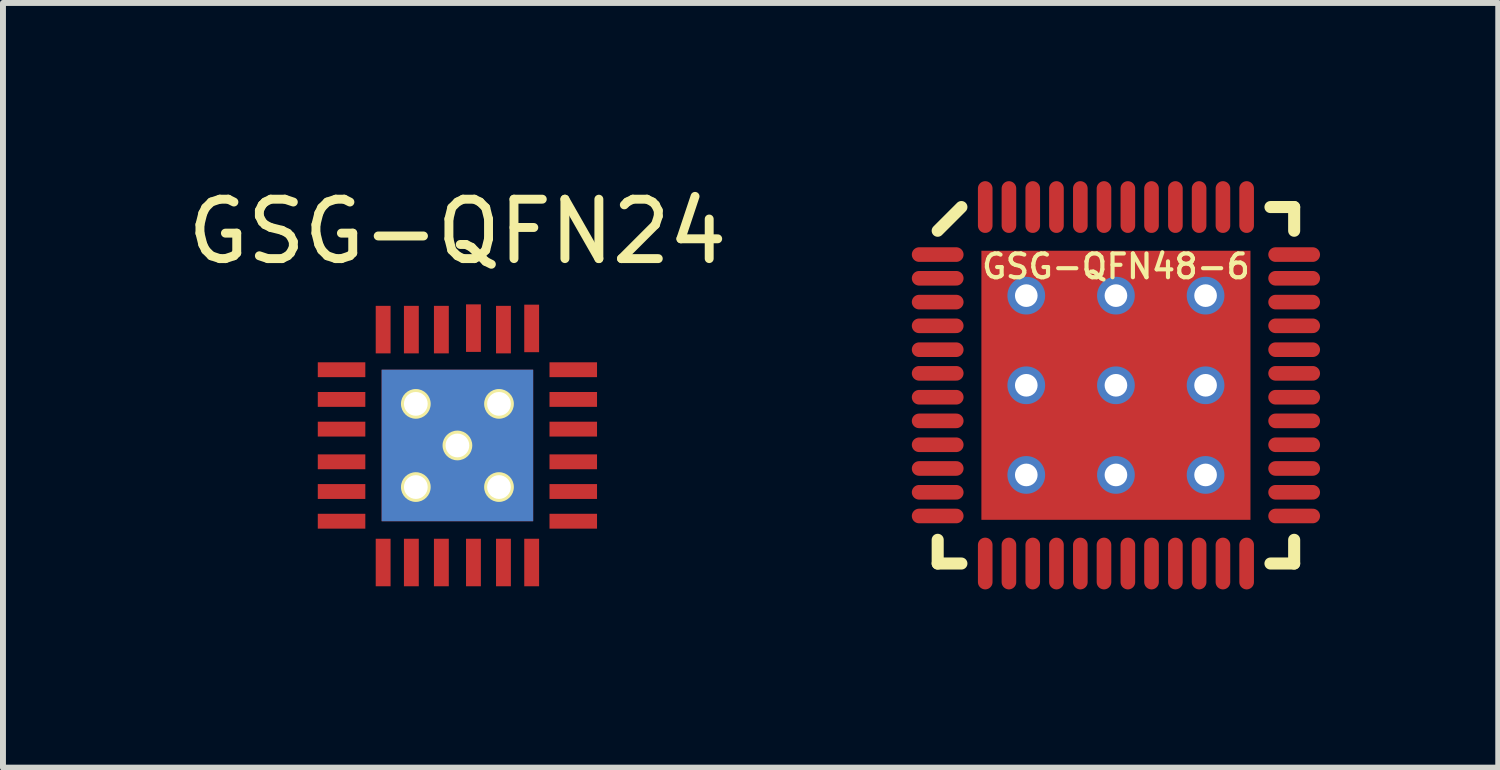
<source format=kicad_pcb>
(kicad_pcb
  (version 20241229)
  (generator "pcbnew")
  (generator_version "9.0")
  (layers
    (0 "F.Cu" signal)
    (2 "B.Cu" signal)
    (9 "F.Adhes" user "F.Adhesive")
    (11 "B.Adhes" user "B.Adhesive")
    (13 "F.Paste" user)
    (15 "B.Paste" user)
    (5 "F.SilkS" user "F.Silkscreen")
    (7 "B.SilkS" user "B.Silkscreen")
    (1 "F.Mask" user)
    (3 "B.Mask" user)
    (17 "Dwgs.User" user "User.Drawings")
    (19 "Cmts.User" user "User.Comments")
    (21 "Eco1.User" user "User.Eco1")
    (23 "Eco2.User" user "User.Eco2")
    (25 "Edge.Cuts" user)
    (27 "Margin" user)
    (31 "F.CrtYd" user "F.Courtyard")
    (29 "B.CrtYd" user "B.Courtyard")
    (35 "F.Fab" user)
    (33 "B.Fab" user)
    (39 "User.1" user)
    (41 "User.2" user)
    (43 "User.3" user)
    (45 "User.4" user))
  (footprint "GSG-QFN24"
    (layer "F.Cu")
    (at 4.649 4.448)
    (property "Reference" "GSG-QFN24" (at 0 -3.6 0) (layer "F.SilkS") (effects (font (size 1 1) (thickness 0.15))))
    (attr through_hole)
    (pad "0" thru_hole circle (at -0.7 -0.7) (size 0.5 0.5) (drill 0.4) (layers "*.Cu" "*.Mask" "F.SilkS"))
    (pad "0" thru_hole circle (at -0.7 0.7) (size 0.5 0.5) (drill 0.4) (layers "*.Cu" "*.Mask" "F.SilkS"))
    (pad "0" thru_hole circle (at 0 0) (size 0.5 0.5) (drill 0.4) (layers "*.Cu" "*.Mask" "F.SilkS"))
    (pad "0" smd rect (at 0 0) (size 2.55 2.55) (layers "F.Cu" "F.Mask" "F.Paste"))
    (pad "0" smd rect (at 0 0) (size 2.55 2.55) (layers "B.Cu" "B.Mask" "B.Paste"))
    (pad "0" thru_hole circle (at 0.7 -0.7) (size 0.5 0.5) (drill 0.4) (layers "*.Cu" "*.Mask" "F.SilkS"))
    (pad "0" thru_hole circle (at 0.7 0.7) (size 0.5 0.5) (drill 0.4) (layers "*.Cu" "*.Mask" "F.SilkS"))
    (pad "1" smd rect (at -1.95 -1.275) (size 0.8 0.25) (layers "F.Cu" "F.Mask" "F.Paste"))
    (pad "2" smd rect (at -1.95 -0.775) (size 0.8 0.25) (layers "F.Cu" "F.Mask" "F.Paste"))
    (pad "3" smd rect (at -1.95 -0.275) (size 0.8 0.25) (layers "F.Cu" "F.Mask" "F.Paste"))
    (pad "4" smd rect (at -1.95 0.275) (size 0.8 0.25) (layers "F.Cu" "F.Mask" "F.Paste"))
    (pad "5" smd rect (at -1.95 0.775) (size 0.8 0.25) (layers "F.Cu" "F.Mask" "F.Paste"))
    (pad "6" smd rect (at -1.95 1.275) (size 0.8 0.25) (layers "F.Cu" "F.Mask" "F.Paste"))
    (pad "7" smd rect (at -1.25 1.97) (size 0.25 0.8) (layers "F.Cu" "F.Mask" "F.Paste"))
    (pad "8" smd rect (at -0.775 1.97) (size 0.25 0.8) (layers "F.Cu" "F.Mask" "F.Paste"))
    (pad "9" smd rect (at -0.27 1.97) (size 0.25 0.8) (layers "F.Cu" "F.Mask" "F.Paste"))
    (pad "10" smd rect (at 0.27 1.97) (size 0.25 0.8) (layers "F.Cu" "F.Mask" "F.Paste"))
    (pad "11" smd rect (at 0.775 1.97) (size 0.25 0.8) (layers "F.Cu" "F.Mask" "F.Paste"))
    (pad "12" smd rect (at 1.25 1.97) (size 0.25 0.8) (layers "F.Cu" "F.Mask" "F.Paste"))
    (pad "13" smd rect (at 1.95 1.275) (size 0.8 0.25) (layers "F.Cu" "F.Mask" "F.Paste"))
    (pad "14" smd rect (at 1.95 0.775) (size 0.8 0.25) (layers "F.Cu" "F.Mask" "F.Paste"))
    (pad "15" smd rect (at 1.95 0.275) (size 0.8 0.25) (layers "F.Cu" "F.Mask" "F.Paste"))
    (pad "16" smd rect (at 1.95 -0.275) (size 0.8 0.25) (layers "F.Cu" "F.Mask" "F.Paste"))
    (pad "17" smd rect (at 1.95 -0.775) (size 0.8 0.25) (layers "F.Cu" "F.Mask" "F.Paste"))
    (pad "18" smd rect (at 1.95 -1.275) (size 0.8 0.25) (layers "F.Cu" "F.Mask" "F.Paste"))
    (pad "19" smd rect (at 1.25 -1.97) (size 0.25 0.8) (layers "F.Cu" "F.Mask" "F.Paste"))
    (pad "20" smd rect (at 0.775 -1.95) (size 0.25 0.8) (layers "F.Cu" "F.Mask" "F.Paste"))
    (pad "21" smd rect (at 0.27 -1.975) (size 0.25 0.8) (layers "F.Cu" "F.Mask" "F.Paste"))
    (pad "22" smd rect (at -0.27 -1.95) (size 0.25 0.8) (layers "F.Cu" "F.Mask" "F.Paste"))
    (pad "23" smd rect (at -0.775 -1.95) (size 0.25 0.8) (layers "F.Cu" "F.Mask" "F.Paste"))
    (pad "24" smd rect (at -1.25 -1.95) (size 0.25 0.8) (layers "F.Cu" "F.Mask" "F.Paste")))
  (footprint "GSG-QFN48-6"
    (layer "F.Cu")
    (at 15.733 3.435)
    (property "Reference" "GSG-QFN48-6" (at 0 -2 0) (layer "F.SilkS") (effects (font (size 0.4 0.4) (thickness 0.07))))
    (attr through_hole)
    (fp_line (start -3 -2.601) (end -2.601 -3) (stroke (width 0.203) (type solid)) (layer "F.SilkS"))
    (fp_line (start -3 3) (end -3 2.601) (stroke (width 0.203) (type solid)) (layer "F.SilkS"))
    (fp_line (start -2.601 3) (end -3 3) (stroke (width 0.203) (type solid)) (layer "F.SilkS"))
    (fp_line (start 2.601 -3) (end 3 -3) (stroke (width 0.203) (type solid)) (layer "F.SilkS"))
    (fp_line (start 3 -3) (end 3 -2.601) (stroke (width 0.203) (type solid)) (layer "F.SilkS"))
    (fp_line (start 3 2.601) (end 3 3) (stroke (width 0.203) (type solid)) (layer "F.SilkS"))
    (fp_line (start 3 3) (end 2.601 3) (stroke (width 0.203) (type solid)) (layer "F.SilkS"))
    (pad "" smd rect (at -1.509 -1.509) (size 1.509 1.509) (layers "F.Paste"))
    (pad "" smd rect (at -1.509 0) (size 1.509 1.509) (layers "F.Paste"))
    (pad "" smd rect (at -1.509 1.509) (size 1.509 1.509) (layers "F.Paste"))
    (pad "" smd rect (at 0 -1.509) (size 1.509 1.509) (layers "F.Paste"))
    (pad "" smd rect (at 0 0) (size 1.509 1.509) (layers "F.Paste"))
    (pad "" smd rect (at 0 1.509) (size 1.509 1.509) (layers "F.Paste"))
    (pad "" smd rect (at 1.509 -1.509) (size 1.509 1.509) (layers "F.Paste"))
    (pad "" smd rect (at 1.509 0) (size 1.509 1.509) (layers "F.Paste"))
    (pad "" smd rect (at 1.509 1.509) (size 1.509 1.509) (layers "F.Paste"))
    (pad "0" thru_hole circle (at -1.509 -1.509) (size 0.635 0.635) (drill 0.381) (layers "*.Cu" "B.Mask"))
    (pad "0" thru_hole circle (at -1.509 0) (size 0.635 0.635) (drill 0.381) (layers "*.Cu" "B.Mask"))
    (pad "0" thru_hole circle (at -1.509 1.509) (size 0.635 0.635) (drill 0.381) (layers "*.Cu" "B.Mask"))
    (pad "0" thru_hole circle (at 0 -1.509) (size 0.635 0.635) (drill 0.381) (layers "*.Cu" "B.Mask"))
    (pad "0" thru_hole circle (at 0 0) (size 0.635 0.635) (drill 0.381) (layers "*.Cu" "B.Mask"))
    (pad "0" smd rect (at 0 0) (size 4.529 4.529) (layers "F.Cu" "F.Mask"))
    (pad "0" thru_hole circle (at 0 1.509) (size 0.635 0.635) (drill 0.381) (layers "*.Cu" "B.Mask"))
    (pad "0" thru_hole circle (at 1.509 -1.509) (size 0.635 0.635) (drill 0.381) (layers "*.Cu" "B.Mask"))
    (pad "0" thru_hole circle (at 1.509 0) (size 0.635 0.635) (drill 0.381) (layers "*.Cu" "B.Mask"))
    (pad "0" thru_hole circle (at 1.509 1.509) (size 0.635 0.635) (drill 0.381) (layers "*.Cu" "B.Mask"))
    (pad "1" smd oval (at -3 -2.2) (size 0.871 0.246) (layers "F.Cu" "F.Mask" "F.Paste"))
    (pad "2" smd oval (at -3 -1.801) (size 0.871 0.246) (layers "F.Cu" "F.Mask" "F.Paste"))
    (pad "3" smd oval (at -3 -1.4) (size 0.871 0.246) (layers "F.Cu" "F.Mask" "F.Paste"))
    (pad "4" smd oval (at -3 -1.001) (size 0.871 0.246) (layers "F.Cu" "F.Mask" "F.Paste"))
    (pad "5" smd oval (at -3 -0.599) (size 0.871 0.246) (layers "F.Cu" "F.Mask" "F.Paste"))
    (pad "6" smd oval (at -3 -0.201) (size 0.871 0.246) (layers "F.Cu" "F.Mask" "F.Paste"))
    (pad "7" smd oval (at -3 0.201) (size 0.871 0.246) (layers "F.Cu" "F.Mask" "F.Paste"))
    (pad "8" smd oval (at -3 0.599) (size 0.871 0.246) (layers "F.Cu" "F.Mask" "F.Paste"))
    (pad "9" smd oval (at -3 1.001) (size 0.871 0.246) (layers "F.Cu" "F.Mask" "F.Paste"))
    (pad "10" smd oval (at -3 1.4) (size 0.871 0.246) (layers "F.Cu" "F.Mask" "F.Paste"))
    (pad "11" smd oval (at -3 1.801) (size 0.871 0.246) (layers "F.Cu" "F.Mask" "F.Paste"))
    (pad "12" smd oval (at -3 2.2) (size 0.871 0.246) (layers "F.Cu" "F.Mask" "F.Paste"))
    (pad "13" smd oval (at -2.2 3 90) (size 0.871 0.246) (layers "F.Cu" "F.Mask" "F.Paste"))
    (pad "14" smd oval (at -1.801 3 90) (size 0.871 0.246) (layers "F.Cu" "F.Mask" "F.Paste"))
    (pad "15" smd oval (at -1.4 3 90) (size 0.871 0.246) (layers "F.Cu" "F.Mask" "F.Paste"))
    (pad "16" smd oval (at -1.001 3 90) (size 0.871 0.246) (layers "F.Cu" "F.Mask" "F.Paste"))
    (pad "17" smd oval (at -0.599 3 90) (size 0.871 0.246) (layers "F.Cu" "F.Mask" "F.Paste"))
    (pad "18" smd oval (at -0.201 3 90) (size 0.871 0.246) (layers "F.Cu" "F.Mask" "F.Paste"))
    (pad "19" smd oval (at 0.201 3 90) (size 0.871 0.246) (layers "F.Cu" "F.Mask" "F.Paste"))
    (pad "20" smd oval (at 0.599 3 90) (size 0.871 0.246) (layers "F.Cu" "F.Mask" "F.Paste"))
    (pad "21" smd oval (at 1.001 3 90) (size 0.871 0.246) (layers "F.Cu" "F.Mask" "F.Paste"))
    (pad "22" smd oval (at 1.4 3 90) (size 0.871 0.246) (layers "F.Cu" "F.Mask" "F.Paste"))
    (pad "23" smd oval (at 1.801 3 90) (size 0.871 0.246) (layers "F.Cu" "F.Mask" "F.Paste"))
    (pad "24" smd oval (at 2.2 3 90) (size 0.871 0.246) (layers "F.Cu" "F.Mask" "F.Paste"))
    (pad "25" smd oval (at 3 2.2) (size 0.871 0.246) (layers "F.Cu" "F.Mask" "F.Paste"))
    (pad "26" smd oval (at 3 1.801) (size 0.871 0.246) (layers "F.Cu" "F.Mask" "F.Paste"))
    (pad "27" smd oval (at 3 1.4) (size 0.871 0.246) (layers "F.Cu" "F.Mask" "F.Paste"))
    (pad "28" smd oval (at 3 1.001) (size 0.871 0.246) (layers "F.Cu" "F.Mask" "F.Paste"))
    (pad "29" smd oval (at 3 0.599) (size 0.871 0.246) (layers "F.Cu" "F.Mask" "F.Paste"))
    (pad "30" smd oval (at 3 0.201) (size 0.871 0.246) (layers "F.Cu" "F.Mask" "F.Paste"))
    (pad "31" smd oval (at 3 -0.201) (size 0.871 0.246) (layers "F.Cu" "F.Mask" "F.Paste"))
    (pad "32" smd oval (at 3 -0.599) (size 0.871 0.246) (layers "F.Cu" "F.Mask" "F.Paste"))
    (pad "33" smd oval (at 3 -1.001) (size 0.871 0.246) (layers "F.Cu" "F.Mask" "F.Paste"))
    (pad "34" smd oval (at 3 -1.4) (size 0.871 0.246) (layers "F.Cu" "F.Mask" "F.Paste"))
    (pad "35" smd oval (at 3 -1.801) (size 0.871 0.246) (layers "F.Cu" "F.Mask" "F.Paste"))
    (pad "36" smd oval (at 3 -2.2) (size 0.871 0.246) (layers "F.Cu" "F.Mask" "F.Paste"))
    (pad "37" smd oval (at 2.2 -3 90) (size 0.871 0.246) (layers "F.Cu" "F.Mask" "F.Paste"))
    (pad "38" smd oval (at 1.801 -3 90) (size 0.871 0.246) (layers "F.Cu" "F.Mask" "F.Paste"))
    (pad "39" smd oval (at 1.4 -3 90) (size 0.871 0.246) (layers "F.Cu" "F.Mask" "F.Paste"))
    (pad "40" smd oval (at 1.001 -3 90) (size 0.871 0.246) (layers "F.Cu" "F.Mask" "F.Paste"))
    (pad "41" smd oval (at 0.599 -3 90) (size 0.871 0.246) (layers "F.Cu" "F.Mask" "F.Paste"))
    (pad "42" smd oval (at 0.201 -3 90) (size 0.871 0.246) (layers "F.Cu" "F.Mask" "F.Paste"))
    (pad "43" smd oval (at -0.201 -3 90) (size 0.871 0.246) (layers "F.Cu" "F.Mask" "F.Paste"))
    (pad "44" smd oval (at -0.599 -3 90) (size 0.871 0.246) (layers "F.Cu" "F.Mask" "F.Paste"))
    (pad "45" smd oval (at -1.001 -3 90) (size 0.871 0.246) (layers "F.Cu" "F.Mask" "F.Paste"))
    (pad "46" smd oval (at -1.4 -3 90) (size 0.871 0.246) (layers "F.Cu" "F.Mask" "F.Paste"))
    (pad "47" smd oval (at -1.801 -3 90) (size 0.871 0.246) (layers "F.Cu" "F.Mask" "F.Paste"))
    (pad "48" smd oval (at -2.2 -3 90) (size 0.871 0.246) (layers "F.Cu" "F.Mask" "F.Paste")))
  (gr_rect
    (start -3 -3)
    (end 22.168 9.871)
    (stroke (width 0.1) (type default))
    (fill no)
    (layer "Edge.Cuts")))
</source>
